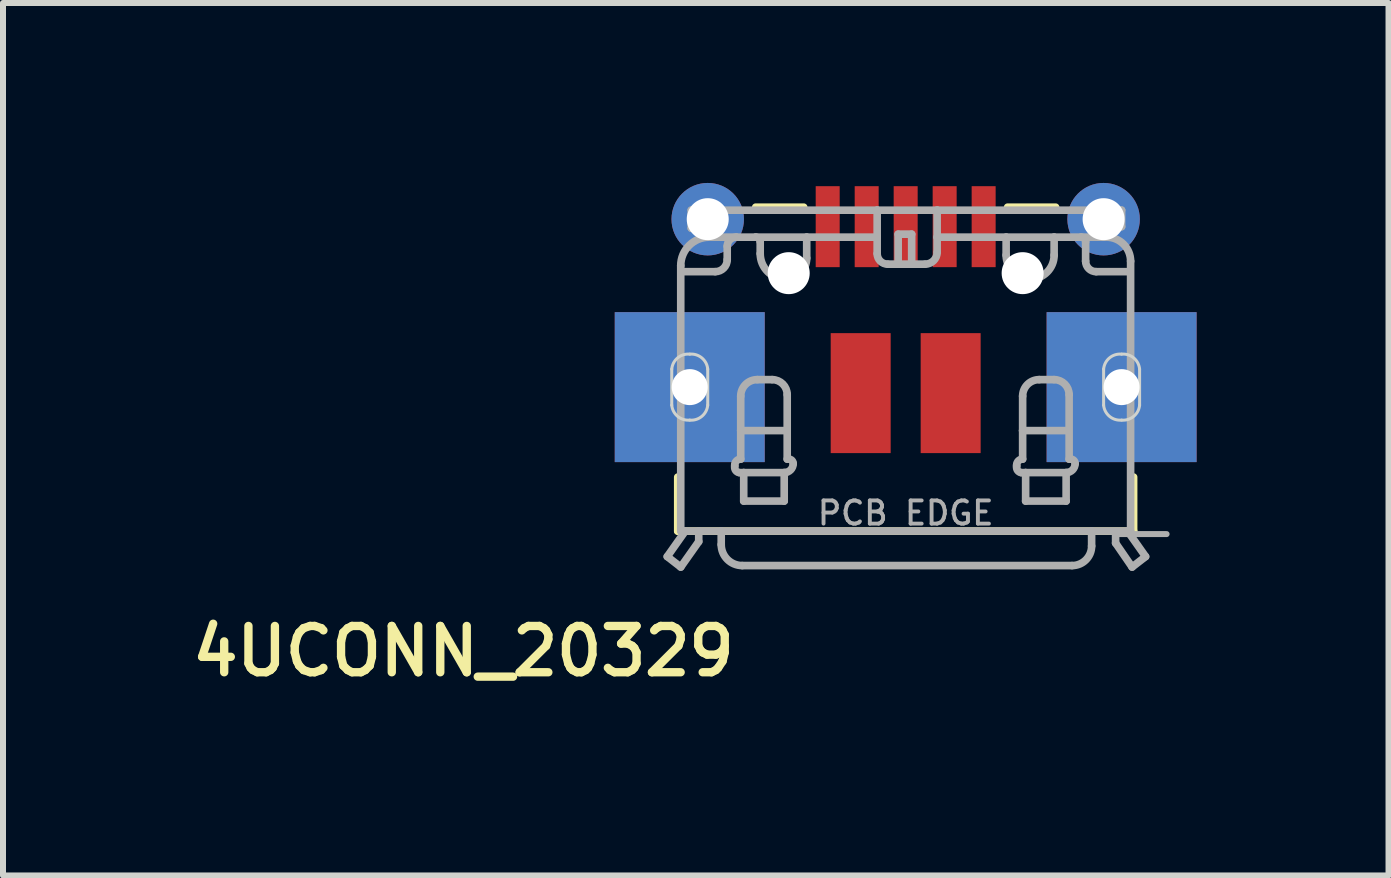
<source format=kicad_pcb>
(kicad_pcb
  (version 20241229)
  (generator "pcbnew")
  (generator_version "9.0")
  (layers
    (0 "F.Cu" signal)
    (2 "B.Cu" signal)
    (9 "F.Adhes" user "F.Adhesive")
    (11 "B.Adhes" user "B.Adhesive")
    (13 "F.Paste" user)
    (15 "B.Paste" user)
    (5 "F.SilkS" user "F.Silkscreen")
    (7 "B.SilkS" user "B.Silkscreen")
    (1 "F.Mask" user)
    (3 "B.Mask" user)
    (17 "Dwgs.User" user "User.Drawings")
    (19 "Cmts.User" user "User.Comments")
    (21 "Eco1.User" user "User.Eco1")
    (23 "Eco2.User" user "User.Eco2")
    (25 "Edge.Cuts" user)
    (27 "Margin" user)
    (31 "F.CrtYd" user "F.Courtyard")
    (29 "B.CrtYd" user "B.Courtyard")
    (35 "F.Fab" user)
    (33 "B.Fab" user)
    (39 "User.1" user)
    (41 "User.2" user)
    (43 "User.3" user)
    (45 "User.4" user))
  (footprint "4UCONN_20329"
    (layer "F.Cu")
    (at 12.049 1.504)
    (property "Reference" "4UCONN_20329" (at -2.778 5.852 180) (layer "F.SilkS") (effects (font (size 0.772 0.772) (thickness 0.139)) (justify right top)))
    (attr through_hole)
    (fp_poly (pts (xy -1.55 -0.05) (xy -1.05 -0.05) (xy -1.05 -1.5) (xy -1.55 -1.5)) (stroke (width 0) (type solid)) (fill yes) (layer "F.Mask"))
    (fp_poly (pts (xy -0.9 -0.05) (xy -0.4 -0.05) (xy -0.4 -1.5) (xy -0.9 -1.5)) (stroke (width 0) (type solid)) (fill yes) (layer "F.Mask"))
    (fp_poly (pts (xy -0.25 -0.05) (xy 0.25 -0.05) (xy 0.25 -1.5) (xy -0.25 -1.5)) (stroke (width 0) (type solid)) (fill yes) (layer "F.Mask"))
    (fp_poly (pts (xy 0.4 -0.05) (xy 0.9 -0.05) (xy 0.9 -1.5) (xy 0.4 -1.5)) (stroke (width 0) (type solid)) (fill yes) (layer "F.Mask"))
    (fp_poly (pts (xy 1.05 -0.05) (xy 1.55 -0.05) (xy 1.55 -1.5) (xy 1.05 -1.5)) (stroke (width 0) (type solid)) (fill yes) (layer "F.Mask"))
    (fp_line (start -3.8 3.4) (end -3.8 4.3) (stroke (width 0.127) (type solid)) (layer "F.SilkS"))
    (fp_line (start -3.8 4.3) (end 3.8 4.3) (stroke (width 0.127) (type solid)) (layer "F.SilkS"))
    (fp_line (start -2.5 -1.1) (end -1.7 -1.1) (stroke (width 0.127) (type solid)) (layer "F.SilkS"))
    (fp_line (start 1.7 -1.1) (end 2.5 -1.1) (stroke (width 0.127) (type solid)) (layer "F.SilkS"))
    (fp_line (start 3.8 4.3) (end 3.8 3.4) (stroke (width 0.127) (type solid)) (layer "F.SilkS"))
    (fp_poly (pts (xy -4.85 3.15) (xy -2.35 3.15) (xy -2.35 0.65) (xy -4.85 0.65)) (stroke (width 0) (type solid)) (fill yes) (layer "F.Paste"))
    (fp_poly (pts (xy 2.35 3.15) (xy 4.85 3.15) (xy 4.85 0.65) (xy 2.35 0.65)) (stroke (width 0) (type solid)) (fill yes) (layer "F.Paste"))
    (fp_poly (pts (xy -5.05 -0.9) (xy -5.014 -0.724) (xy -4.925 -0.567) (xy -4.793 -0.445) (xy -4.45 -0.35) (xy -3.35 -0.35) (xy -3.171 -0.37) (xy -3.007 -0.445) (xy -2.875 -0.567) (xy -2.786 -0.724) (xy -2.75 -0.9) (xy -2.786 -1.076) (xy -2.875 -1.233) (xy -3.007 -1.355) (xy -3.35 -1.45) (xy -4.45 -1.45) (xy -4.629 -1.43) (xy -4.793 -1.355) (xy -4.925 -1.233)) (stroke (width 0) (type solid)) (fill yes) (layer "F.Paste"))
    (fp_poly (pts (xy 2.75 -0.9) (xy 2.786 -0.724) (xy 2.875 -0.567) (xy 3.007 -0.445) (xy 3.35 -0.35) (xy 4.45 -0.35) (xy 4.629 -0.37) (xy 4.793 -0.445) (xy 4.925 -0.567) (xy 5.014 -0.724) (xy 5.05 -0.9) (xy 5.014 -1.076) (xy 4.925 -1.233) (xy 4.793 -1.355) (xy 4.45 -1.45) (xy 3.35 -1.45) (xy 3.171 -1.43) (xy 3.007 -1.355) (xy 2.875 -1.233)) (stroke (width 0) (type solid)) (fill yes) (layer "F.Paste"))
    (fp_line (start -3.9 2.2) (end -3.9 1.6) (stroke (width 0.05) (type solid)) (layer "Edge.Cuts"))
    (fp_line (start -3.3 1.6) (end -3.3 2.2) (stroke (width 0.05) (type solid)) (layer "Edge.Cuts"))
    (fp_line (start 3.3 2.2) (end 3.3 1.6) (stroke (width 0.05) (type solid)) (layer "Edge.Cuts"))
    (fp_line (start 3.9 1.6) (end 3.9 2.2) (stroke (width 0.05) (type solid)) (layer "Edge.Cuts"))
    (fp_arc (start -3.9 1.6) (mid -3.801777 1.412868) (end -3.6 1.35) (stroke (width 0.05) (type solid)) (layer "Edge.Cuts"))
    (fp_arc (start -3.6 1.35) (mid -3.398223 1.412868) (end -3.3 1.6) (stroke (width 0.05) (type solid)) (layer "Edge.Cuts"))
    (fp_arc (start -3.6 2.45) (mid -3.801777 2.387132) (end -3.9 2.2) (stroke (width 0.05) (type solid)) (layer "Edge.Cuts"))
    (fp_arc (start -3.3 2.2) (mid -3.398223 2.387132) (end -3.6 2.45) (stroke (width 0.05) (type solid)) (layer "Edge.Cuts"))
    (fp_arc (start 3.3 1.6) (mid 3.398223 1.412868) (end 3.6 1.35) (stroke (width 0.05) (type solid)) (layer "Edge.Cuts"))
    (fp_arc (start 3.6 1.35) (mid 3.801777 1.412868) (end 3.9 1.6) (stroke (width 0.05) (type solid)) (layer "Edge.Cuts"))
    (fp_arc (start 3.6 2.45) (mid 3.398223 2.387132) (end 3.3 2.2) (stroke (width 0.05) (type solid)) (layer "Edge.Cuts"))
    (fp_arc (start 3.9 2.2) (mid 3.801777 2.387132) (end 3.6 2.45) (stroke (width 0.05) (type solid)) (layer "Edge.Cuts"))
    (fp_line (start -3.975 4.725) (end -3.75 4.9) (stroke (width 0.127) (type solid)) (layer "F.Fab"))
    (fp_line (start -3.975 4.725) (end -3.675 4.3) (stroke (width 0.127) (type solid)) (layer "F.Fab"))
    (fp_line (start -3.75 -0.125) (end -3.75 4.3) (stroke (width 0.127) (type solid)) (layer "F.Fab"))
    (fp_line (start -3.75 4.3) (end -3.675 4.3) (stroke (width 0.127) (type solid)) (layer "F.Fab"))
    (fp_line (start -3.75 4.9) (end -3.45 4.475) (stroke (width 0.127) (type solid)) (layer "F.Fab"))
    (fp_line (start -3.725 -0.025) (end -3.175 -0.025) (stroke (width 0.127) (type solid)) (layer "F.Fab"))
    (fp_line (start -3.675 4.3) (end -3.45 4.3) (stroke (width 0.127) (type solid)) (layer "F.Fab"))
    (fp_line (start -3.575 -1.05) (end -0.475 -1.05) (stroke (width 0.127) (type solid)) (layer "F.Fab"))
    (fp_line (start -3.575 -0.75) (end -3.575 -1.05) (stroke (width 0.127) (type solid)) (layer "F.Fab"))
    (fp_line (start -3.45 4.3) (end -3.075 4.3) (stroke (width 0.127) (type solid)) (layer "F.Fab"))
    (fp_line (start -3.45 4.475) (end -3.45 4.3) (stroke (width 0.127) (type solid)) (layer "F.Fab"))
    (fp_line (start -3.425 -0.75) (end -3.575 -0.75) (stroke (width 0.127) (type solid)) (layer "F.Fab"))
    (fp_line (start -3.425 -0.625) (end -3.425 -0.75) (stroke (width 0.127) (type solid)) (layer "F.Fab"))
    (fp_line (start -3.075 4.3) (end -3.075 4.525) (stroke (width 0.127) (type solid)) (layer "F.Fab"))
    (fp_line (start -3.075 4.3) (end 3.1 4.3) (stroke (width 0.127) (type solid)) (layer "F.Fab"))
    (fp_line (start -2.975 -0.225) (end -2.975 -0.45) (stroke (width 0.127) (type solid)) (layer "F.Fab"))
    (fp_line (start -2.85 3.225) (end -2.85 3.2) (stroke (width 0.127) (type solid)) (layer "F.Fab"))
    (fp_line (start -2.825 -0.6) (end -3.275 -0.6) (stroke (width 0.127) (type solid)) (layer "F.Fab"))
    (fp_line (start -2.825 -0.6) (end -2.5 -0.6) (stroke (width 0.127) (type solid)) (layer "F.Fab"))
    (fp_line (start -2.75 2.625) (end -2.75 2.05) (stroke (width 0.127) (type solid)) (layer "F.Fab"))
    (fp_line (start -2.75 2.625) (end -2 2.625) (stroke (width 0.127) (type solid)) (layer "F.Fab"))
    (fp_line (start -2.75 3.1) (end -2.75 2.625) (stroke (width 0.127) (type solid)) (layer "F.Fab"))
    (fp_line (start -2.725 4.875) (end 2.775 4.875) (stroke (width 0.127) (type solid)) (layer "F.Fab"))
    (fp_line (start -2.7 3.325) (end -2.775 3.325) (stroke (width 0.127) (type solid)) (layer "F.Fab"))
    (fp_line (start -2.7 3.325) (end -2 3.325) (stroke (width 0.127) (type solid)) (layer "F.Fab"))
    (fp_line (start -2.7 3.8) (end -2.7 3.325) (stroke (width 0.127) (type solid)) (layer "F.Fab"))
    (fp_line (start -2.475 1.775) (end -2.225 1.775) (stroke (width 0.127) (type solid)) (layer "F.Fab"))
    (fp_line (start -2.425 -0.525) (end -2.425 -0.325) (stroke (width 0.127) (type solid)) (layer "F.Fab"))
    (fp_line (start -2.025 3.325) (end -2.025 3.8) (stroke (width 0.127) (type solid)) (layer "F.Fab"))
    (fp_line (start -2.025 3.8) (end -2.7 3.8) (stroke (width 0.127) (type solid)) (layer "F.Fab"))
    (fp_line (start -1.975 2.025) (end -1.975 3.1) (stroke (width 0.127) (type solid)) (layer "F.Fab"))
    (fp_line (start -1.975 3.1) (end -1.95 3.1) (stroke (width 0.127) (type solid)) (layer "F.Fab"))
    (fp_line (start -1.65 -0.6) (end -2.5 -0.6) (stroke (width 0.127) (type solid)) (layer "F.Fab"))
    (fp_line (start -1.65 -0.25) (end -1.65 -0.6) (stroke (width 0.127) (type solid)) (layer "F.Fab"))
    (fp_line (start -0.475 -1.05) (end 0.525 -1.05) (stroke (width 0.127) (type solid)) (layer "F.Fab"))
    (fp_line (start -0.475 -0.6) (end -1.65 -0.6) (stroke (width 0.127) (type solid)) (layer "F.Fab"))
    (fp_line (start -0.475 -0.6) (end -0.475 -1.05) (stroke (width 0.127) (type solid)) (layer "F.Fab"))
    (fp_line (start -0.475 -0.325) (end -0.475 -0.6) (stroke (width 0.127) (type solid)) (layer "F.Fab"))
    (fp_line (start -0.125 -0.65) (end 0.1 -0.65) (stroke (width 0.127) (type solid)) (layer "F.Fab"))
    (fp_line (start -0.125 -0.175) (end -0.125 -0.65) (stroke (width 0.127) (type solid)) (layer "F.Fab"))
    (fp_line (start 0.1 -0.65) (end 0.1 -0.175) (stroke (width 0.127) (type solid)) (layer "F.Fab"))
    (fp_line (start 0.325 -0.15) (end -0.3 -0.15) (stroke (width 0.127) (type solid)) (layer "F.Fab"))
    (fp_line (start 0.525 -1.05) (end 0.525 -0.6) (stroke (width 0.127) (type solid)) (layer "F.Fab"))
    (fp_line (start 0.525 -1.05) (end 3.6 -1.05) (stroke (width 0.127) (type solid)) (layer "F.Fab"))
    (fp_line (start 0.525 -0.6) (end 0.525 -0.35) (stroke (width 0.127) (type solid)) (layer "F.Fab"))
    (fp_line (start 1.675 -0.6) (end 0.525 -0.6) (stroke (width 0.127) (type solid)) (layer "F.Fab"))
    (fp_line (start 1.675 -0.6) (end 1.675 -0.3) (stroke (width 0.127) (type solid)) (layer "F.Fab"))
    (fp_line (start 1.85 3.225) (end 1.85 3.2) (stroke (width 0.127) (type solid)) (layer "F.Fab"))
    (fp_line (start 1.95 2.625) (end 1.95 2.05) (stroke (width 0.127) (type solid)) (layer "F.Fab"))
    (fp_line (start 1.95 2.625) (end 2.7 2.625) (stroke (width 0.127) (type solid)) (layer "F.Fab"))
    (fp_line (start 1.95 3.1) (end 1.95 2.625) (stroke (width 0.127) (type solid)) (layer "F.Fab"))
    (fp_line (start 2 3.325) (end 1.925 3.325) (stroke (width 0.127) (type solid)) (layer "F.Fab"))
    (fp_line (start 2 3.325) (end 2.7 3.325) (stroke (width 0.127) (type solid)) (layer "F.Fab"))
    (fp_line (start 2 3.8) (end 2 3.325) (stroke (width 0.127) (type solid)) (layer "F.Fab"))
    (fp_line (start 2.225 1.775) (end 2.475 1.775) (stroke (width 0.127) (type solid)) (layer "F.Fab"))
    (fp_line (start 2.475 -0.6) (end 1.675 -0.6) (stroke (width 0.127) (type solid)) (layer "F.Fab"))
    (fp_line (start 2.475 -0.6) (end 2.925 -0.6) (stroke (width 0.127) (type solid)) (layer "F.Fab"))
    (fp_line (start 2.475 -0.3) (end 2.475 -0.6) (stroke (width 0.127) (type solid)) (layer "F.Fab"))
    (fp_line (start 2.675 3.325) (end 2.675 3.8) (stroke (width 0.127) (type solid)) (layer "F.Fab"))
    (fp_line (start 2.675 3.8) (end 2 3.8) (stroke (width 0.127) (type solid)) (layer "F.Fab"))
    (fp_line (start 2.725 2.025) (end 2.725 3.1) (stroke (width 0.127) (type solid)) (layer "F.Fab"))
    (fp_line (start 2.725 3.1) (end 2.75 3.1) (stroke (width 0.127) (type solid)) (layer "F.Fab"))
    (fp_line (start 3 -0.525) (end 3 -0.2) (stroke (width 0.127) (type solid)) (layer "F.Fab"))
    (fp_line (start 3.1 4.3) (end 3.7 4.3) (stroke (width 0.127) (type solid)) (layer "F.Fab"))
    (fp_line (start 3.1 4.55) (end 3.1 4.3) (stroke (width 0.127) (type solid)) (layer "F.Fab"))
    (fp_line (start 3.175 -0.025) (end 3.725 -0.025) (stroke (width 0.127) (type solid)) (layer "F.Fab"))
    (fp_line (start 3.35 -0.775) (end 3.35 -0.6) (stroke (width 0.127) (type solid)) (layer "F.Fab"))
    (fp_line (start 3.35 -0.6) (end 2.925 -0.6) (stroke (width 0.127) (type solid)) (layer "F.Fab"))
    (fp_line (start 3.5 4.35) (end 4.35 4.35) (stroke (width 0.1) (type solid)) (layer "F.Fab"))
    (fp_line (start 3.5 4.5) (end 3.5 4.35) (stroke (width 0.127) (type solid)) (layer "F.Fab"))
    (fp_line (start 3.6 -1.05) (end 3.6 -0.775) (stroke (width 0.127) (type solid)) (layer "F.Fab"))
    (fp_line (start 3.6 -0.775) (end 3.35 -0.775) (stroke (width 0.127) (type solid)) (layer "F.Fab"))
    (fp_line (start 3.7 4.3) (end 3.75 4.3) (stroke (width 0.127) (type solid)) (layer "F.Fab"))
    (fp_line (start 3.7 4.3) (end 4 4.725) (stroke (width 0.127) (type solid)) (layer "F.Fab"))
    (fp_line (start 3.75 4.3) (end 3.75 -0.2) (stroke (width 0.127) (type solid)) (layer "F.Fab"))
    (fp_line (start 3.775 4.9) (end 3.5 4.5) (stroke (width 0.127) (type solid)) (layer "F.Fab"))
    (fp_line (start 4 4.725) (end 3.775 4.9) (stroke (width 0.127) (type solid)) (layer "F.Fab"))
    (fp_arc (start -3.750001 -0.124999) (mid -3.610876 -0.460875) (end -3.275 -0.6) (stroke (width 0.127) (type solid)) (layer "F.Fab"))
    (fp_arc (start -2.975 -0.45) (mid -2.931066 -0.556066) (end -2.825 -0.6) (stroke (width 0.127) (type solid)) (layer "F.Fab"))
    (fp_arc (start -2.975 -0.225) (mid -3.033579 -0.083579) (end -3.175 -0.025) (stroke (width 0.127) (type solid)) (layer "F.Fab"))
    (fp_arc (start -2.85 3.2) (mid -2.820711 3.129289) (end -2.75 3.1) (stroke (width 0.127) (type solid)) (layer "F.Fab"))
    (fp_arc (start -2.775 3.325) (mid -2.833211 3.290533) (end -2.85 3.225) (stroke (width 0.127) (type solid)) (layer "F.Fab"))
    (fp_arc (start -2.75 2.05) (mid -2.669454 1.855546) (end -2.475 1.775) (stroke (width 0.127) (type solid)) (layer "F.Fab"))
    (fp_arc (start -2.725 4.875) (mid -2.972487 4.772487) (end -3.075 4.525) (stroke (width 0.127) (type solid)) (layer "F.Fab"))
    (fp_arc (start -2.5 -0.6) (mid -2.446967 -0.578033) (end -2.425 -0.525) (stroke (width 0.127) (type solid)) (layer "F.Fab"))
    (fp_arc (start -2.225 1.775) (mid -2.048223 1.848223) (end -1.975 2.025) (stroke (width 0.127) (type solid)) (layer "F.Fab"))
    (fp_arc (start -2 0.1) (mid -2.30052 -0.02448) (end -2.425 -0.325) (stroke (width 0.127) (type solid)) (layer "F.Fab"))
    (fp_arc (start -1.95 3.1) (mid -1.896967 3.121967) (end -1.875 3.175) (stroke (width 0.127) (type solid)) (layer "F.Fab"))
    (fp_arc (start -1.875 3.175) (mid -1.918934 3.281066) (end -2.025 3.325) (stroke (width 0.127) (type solid)) (layer "F.Fab"))
    (fp_arc (start -1.65 -0.25) (mid -1.752513 -0.002513) (end -2 0.1) (stroke (width 0.127) (type solid)) (layer "F.Fab"))
    (fp_arc (start -0.3 -0.15) (mid -0.423744 -0.201256) (end -0.475 -0.325) (stroke (width 0.127) (type solid)) (layer "F.Fab"))
    (fp_arc (start 0.525 -0.35) (mid 0.466421 -0.208579) (end 0.325 -0.15) (stroke (width 0.127) (type solid)) (layer "F.Fab"))
    (fp_arc (start 1.85 3.2) (mid 1.879289 3.129289) (end 1.95 3.1) (stroke (width 0.127) (type solid)) (layer "F.Fab"))
    (fp_arc (start 1.925 3.325) (mid 1.866789 3.290533) (end 1.85 3.225) (stroke (width 0.127) (type solid)) (layer "F.Fab"))
    (fp_arc (start 1.95 2.05) (mid 2.030546 1.855546) (end 2.225 1.775) (stroke (width 0.127) (type solid)) (layer "F.Fab"))
    (fp_arc (start 2.075 0.1) (mid 1.792157 -0.017157) (end 1.675 -0.3) (stroke (width 0.127) (type solid)) (layer "F.Fab"))
    (fp_arc (start 2.475 -0.3) (mid 2.357843 -0.017157) (end 2.075 0.1) (stroke (width 0.127) (type solid)) (layer "F.Fab"))
    (fp_arc (start 2.475 1.775) (mid 2.651777 1.848223) (end 2.725 2.025) (stroke (width 0.127) (type solid)) (layer "F.Fab"))
    (fp_arc (start 2.75 3.1) (mid 2.803033 3.121967) (end 2.825 3.175) (stroke (width 0.127) (type solid)) (layer "F.Fab"))
    (fp_arc (start 2.825 3.175) (mid 2.781066 3.281066) (end 2.675 3.325) (stroke (width 0.127) (type solid)) (layer "F.Fab"))
    (fp_arc (start 2.925 -0.6) (mid 2.978033 -0.578033) (end 3 -0.525) (stroke (width 0.127) (type solid)) (layer "F.Fab"))
    (fp_arc (start 3.1 4.55) (mid 3.00481 4.77981) (end 2.775 4.875) (stroke (width 0.127) (type solid)) (layer "F.Fab"))
    (fp_arc (start 3.175 -0.025) (mid 3.051256 -0.076256) (end 3 -0.2) (stroke (width 0.127) (type solid)) (layer "F.Fab"))
    (fp_arc (start 3.349999 -0.599999) (mid 3.632842 -0.482842) (end 3.75 -0.2) (stroke (width 0.127) (type solid)) (layer "F.Fab"))
    (fp_text user "PCB EDGE" (at 0 4 0) (layer "F.Fab") (effects (font (size 0.386 0.386) (thickness 0.065))))
    (pad "" np_thru_hole circle (at -1.95 0) (size 0.7 0.7) (drill 0.7) (layers "*.Cu" "*.Mask"))
    (pad "" np_thru_hole circle (at 1.95 0) (size 0.7 0.7) (drill 0.7) (layers "*.Cu" "*.Mask"))
    (pad "BASE@1" smd rect (at -0.75 2 90) (size 2 1) (layers "F.Cu" "F.Mask" "F.Paste"))
    (pad "BASE@2" smd rect (at 0.75 2 90) (size 2 1) (layers "F.Cu" "F.Mask" "F.Paste"))
    (pad "D+" smd rect (at 0 -0.775) (size 0.4 1.35) (layers "F.Cu" "F.Mask" "F.Paste"))
    (pad "D-" smd rect (at -0.65 -0.775) (size 0.4 1.35) (layers "F.Cu" "F.Mask" "F.Paste"))
    (pad "GND" smd rect (at 1.3 -0.775) (size 0.4 1.35) (layers "F.Cu" "F.Mask" "F.Paste"))
    (pad "ID" smd rect (at 0.65 -0.775) (size 0.4 1.35) (layers "F.Cu" "F.Mask" "F.Paste"))
    (pad "SPRT@1" thru_hole circle (at -3.3 -0.9 180) (size 1.208 1.208) (drill 0.7) (layers "*.Cu" "*.Mask"))
    (pad "SPRT@2" thru_hole circle (at 3.3 -0.9) (size 1.208 1.208) (drill 0.7) (layers "*.Cu" "*.Mask"))
    (pad "SPRT@3" thru_hole rect (at -3.6 1.9 90) (size 2.5 2.5) (drill 0.6) (layers "*.Cu" "*.Mask"))
    (pad "SPRT@4" thru_hole rect (at 3.6 1.9 90) (size 2.5 2.5) (drill 0.6) (layers "*.Cu" "*.Mask"))
    (pad "VBUS" smd rect (at -1.3 -0.775) (size 0.4 1.35) (layers "F.Cu" "F.Mask" "F.Paste")))
  (gr_rect
    (start -3 -3)
    (end 20.099 11.545)
    (stroke (width 0.1) (type default))
    (fill no)
    (layer "Edge.Cuts")))
</source>
